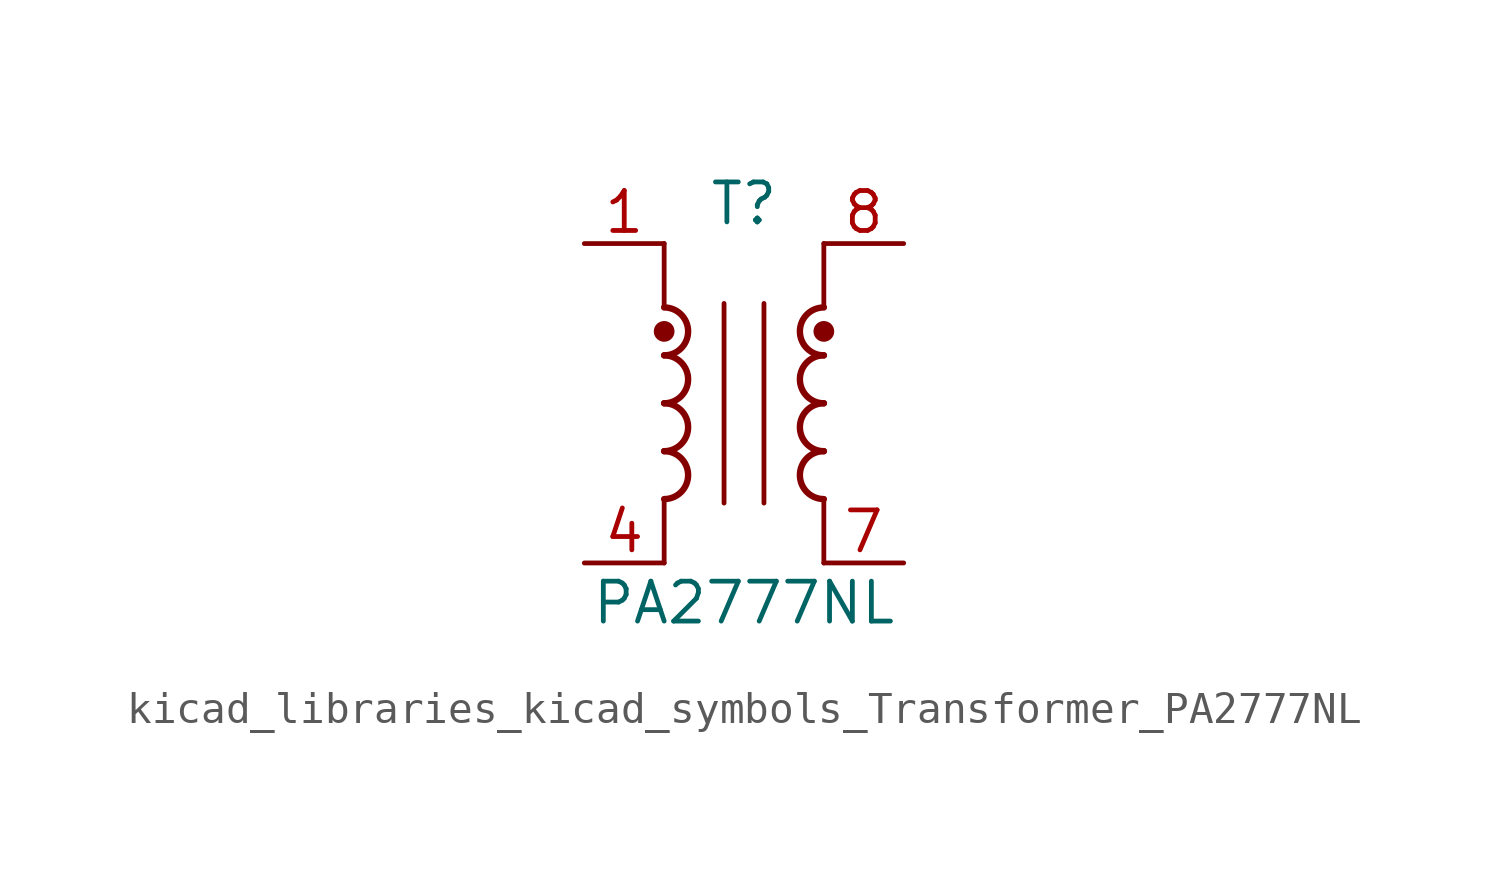
<source format=kicad_sym>
(kicad_symbol_lib
  (version 20220914)
  (generator kicad_symbol_editor)
  (symbol "kicad_libraries_kicad_symbols_Transformer_PA2777NL"
    (pin_names hide)
    (property "Reference" "T"
      (at 0 6.35 0)
      (effects (font (size 1.27 1.27))))
    (property "Value" "PA2777NL"
      (at 0 -6.35 0)
      (effects (font (size 1.27 1.27))))
    (symbol "kicad_libraries_kicad_symbols_Transformer_PA2777NL_0_1"
      (arc (start -2.54 -3.048) (mid -1.7813 -2.286) (end -2.54 -1.524) (stroke (width 0.2032) (type default)) (fill (type none)))
      (arc (start -2.54 -1.524) (mid -1.7813 -0.762) (end -2.54 0) (stroke (width 0.2032) (type default)) (fill (type none)))
      (arc (start -2.54 0) (mid -1.7813 0.762) (end -2.54 1.524) (stroke (width 0.2032) (type default)) (fill (type none)))
      (circle (center -2.54 2.286) (radius 0.254) (stroke (width 0) (type default)) (fill (type outline)))
      (polyline (pts (xy -2.54 -3.048) (xy -2.54 -5.08)) (stroke (width 0) (type default)) (fill (type none)))
      (polyline (pts (xy -2.54 5.08) (xy -2.54 3.048)) (stroke (width 0) (type default)) (fill (type none)))
      (polyline (pts (xy -0.635 3.175) (xy -0.635 -3.175)) (stroke (width 0) (type default)) (fill (type none)))
      (polyline (pts (xy 0.635 3.175) (xy 0.635 -3.175)) (stroke (width 0) (type default)) (fill (type none)))
      (polyline (pts (xy 2.54 -3.048) (xy 2.54 -5.08)) (stroke (width 0) (type default)) (fill (type none)))
      (polyline (pts (xy 2.54 5.08) (xy 2.54 3.048)) (stroke (width 0) (type default)) (fill (type none)))
      (arc (start 2.54 -1.524) (mid 1.7813 -2.286) (end 2.54 -3.048) (stroke (width 0.2032) (type default)) (fill (type none)))
      (arc (start 2.54 0) (mid 1.7813 -0.762) (end 2.54 -1.524) (stroke (width 0.2032) (type default)) (fill (type none)))
      (arc (start 2.54 1.524) (mid 1.7813 0.762) (end 2.54 0) (stroke (width 0.2032) (type default)) (fill (type none)))
      (circle (center 2.54 2.286) (radius 0.254) (stroke (width 0) (type default)) (fill (type outline)))
      (arc (start 2.54 3.048) (mid 1.7813 2.286) (end 2.54 1.524) (stroke (width 0.2032) (type default)) (fill (type none))))
    (symbol "kicad_libraries_kicad_symbols_Transformer_PA2777NL_1_1"
      (arc (start -2.54 1.524) (mid -1.7813 2.286) (end -2.54 3.048) (stroke (width 0.2032) (type default)) (fill (type none)))
      (pin passive line (at -5.08 5.08 0) (length 2.54) (name "~" (effects (font (size 1.27 1.27)))) (number "1" (effects (font (size 1.27 1.27)))))
      (pin passive line (at -5.08 -5.08 0) (length 2.54) (name "~" (effects (font (size 1.27 1.27)))) (number "4" (effects (font (size 1.27 1.27)))))
      (pin passive line (at 5.08 -5.08 180) (length 2.54) (name "~" (effects (font (size 1.27 1.27)))) (number "7" (effects (font (size 1.27 1.27)))))
      (pin passive line (at 5.08 5.08 180) (length 2.54) (name "~" (effects (font (size 1.27 1.27)))) (number "8" (effects (font (size 1.27 1.27))))))))
</source>
